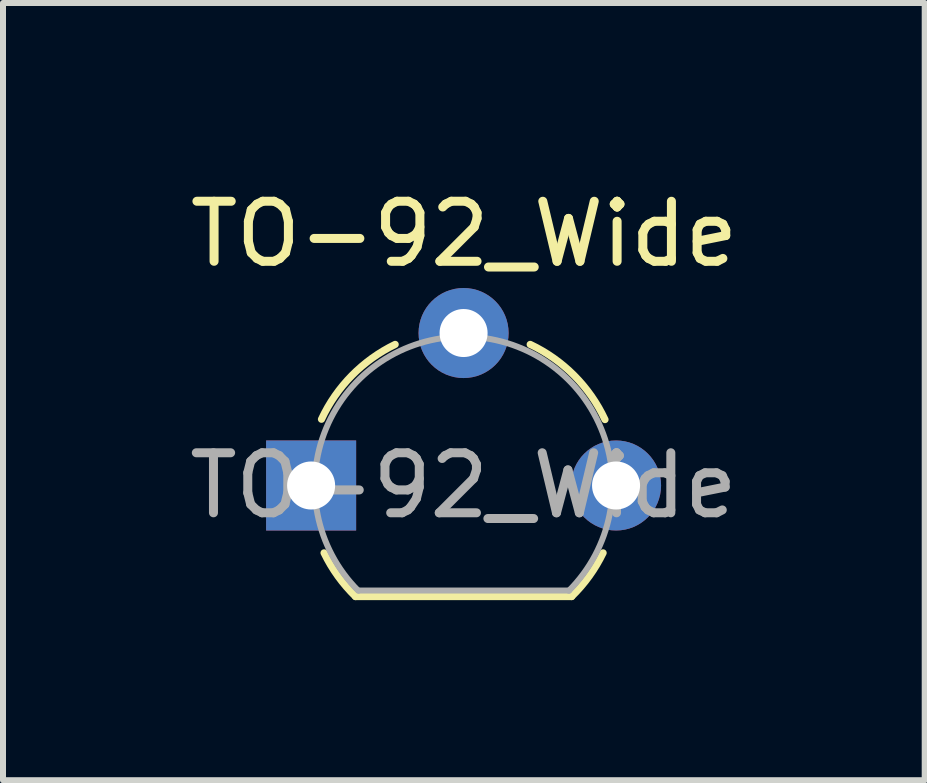
<source format=kicad_pcb>
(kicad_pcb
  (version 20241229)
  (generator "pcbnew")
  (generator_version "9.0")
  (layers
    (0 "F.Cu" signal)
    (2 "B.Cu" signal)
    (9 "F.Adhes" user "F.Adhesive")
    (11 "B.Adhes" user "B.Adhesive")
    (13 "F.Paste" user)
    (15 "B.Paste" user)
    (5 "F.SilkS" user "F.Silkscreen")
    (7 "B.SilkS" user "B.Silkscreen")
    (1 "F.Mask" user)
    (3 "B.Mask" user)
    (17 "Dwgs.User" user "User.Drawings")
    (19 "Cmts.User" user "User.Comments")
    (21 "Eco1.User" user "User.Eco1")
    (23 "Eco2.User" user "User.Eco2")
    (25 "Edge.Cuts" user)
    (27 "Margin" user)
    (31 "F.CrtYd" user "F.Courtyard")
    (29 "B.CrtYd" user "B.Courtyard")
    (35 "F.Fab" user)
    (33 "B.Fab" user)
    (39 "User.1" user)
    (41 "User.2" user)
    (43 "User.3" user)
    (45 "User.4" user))
  (footprint "TO-92_Wide"
    (layer "F.Cu")
    (at 2.133 5.038)
    (property "Reference" "TO-92_Wide" (at 2.55 -4.19 0) (layer "F.SilkS") (effects (font (size 1 1) (thickness 0.15))))
    (attr through_hole)
    (fp_line (start 0.74 1.85) (end 4.34 1.85) (stroke (width 0.12) (type solid)) (layer "F.SilkS"))
    (fp_arc (start 0.172801 -1.103842) (mid 0.678995 -1.832692) (end 1.4 -2.35) (stroke (width 0.12) (type solid)) (layer "F.SilkS"))
    (fp_arc (start 0.74 1.85) (mid 0.446097 1.509328) (end 0.215816 1.122795) (stroke (width 0.12) (type solid)) (layer "F.SilkS"))
    (fp_arc (start 3.65 -2.35) (mid 4.382279 -1.833196) (end 4.895458 -1.098371) (stroke (width 0.12) (type solid)) (layer "F.SilkS"))
    (fp_arc (start 4.864184 1.122795) (mid 4.633903 1.509328) (end 4.34 1.85) (stroke (width 0.12) (type solid)) (layer "F.SilkS"))
    (fp_line (start 0.8 1.75) (end 4.3 1.75) (stroke (width 0.1) (type solid)) (layer "F.Fab"))
    (fp_arc (start 0.786375 1.753625) (mid 0.248779 -0.949055) (end 2.54 -2.48) (stroke (width 0.1) (type solid)) (layer "F.Fab"))
    (fp_arc (start 2.54 -2.48) (mid 4.831221 -0.949055) (end 4.293625 1.753625) (stroke (width 0.1) (type solid)) (layer "F.Fab"))
    (fp_text user "${REFERENCE}" (at 2.54 0 0) (layer "F.Fab") (effects (font (size 1 1) (thickness 0.15))))
    (pad "1" thru_hole rect (at 0 0) (size 1.5 1.5) (drill 0.8) (layers "*.Cu" "*.Mask"))
    (pad "2" thru_hole circle (at 2.54 -2.54) (size 1.5 1.5) (drill 0.8) (layers "*.Cu" "*.Mask"))
    (pad "3" thru_hole circle (at 5.08 0) (size 1.5 1.5) (drill 0.8) (layers "*.Cu" "*.Mask")))
  (gr_rect
    (start -3 -3)
    (end 12.355 9.948)
    (stroke (width 0.1) (type default))
    (fill no)
    (layer "Edge.Cuts")))
</source>
